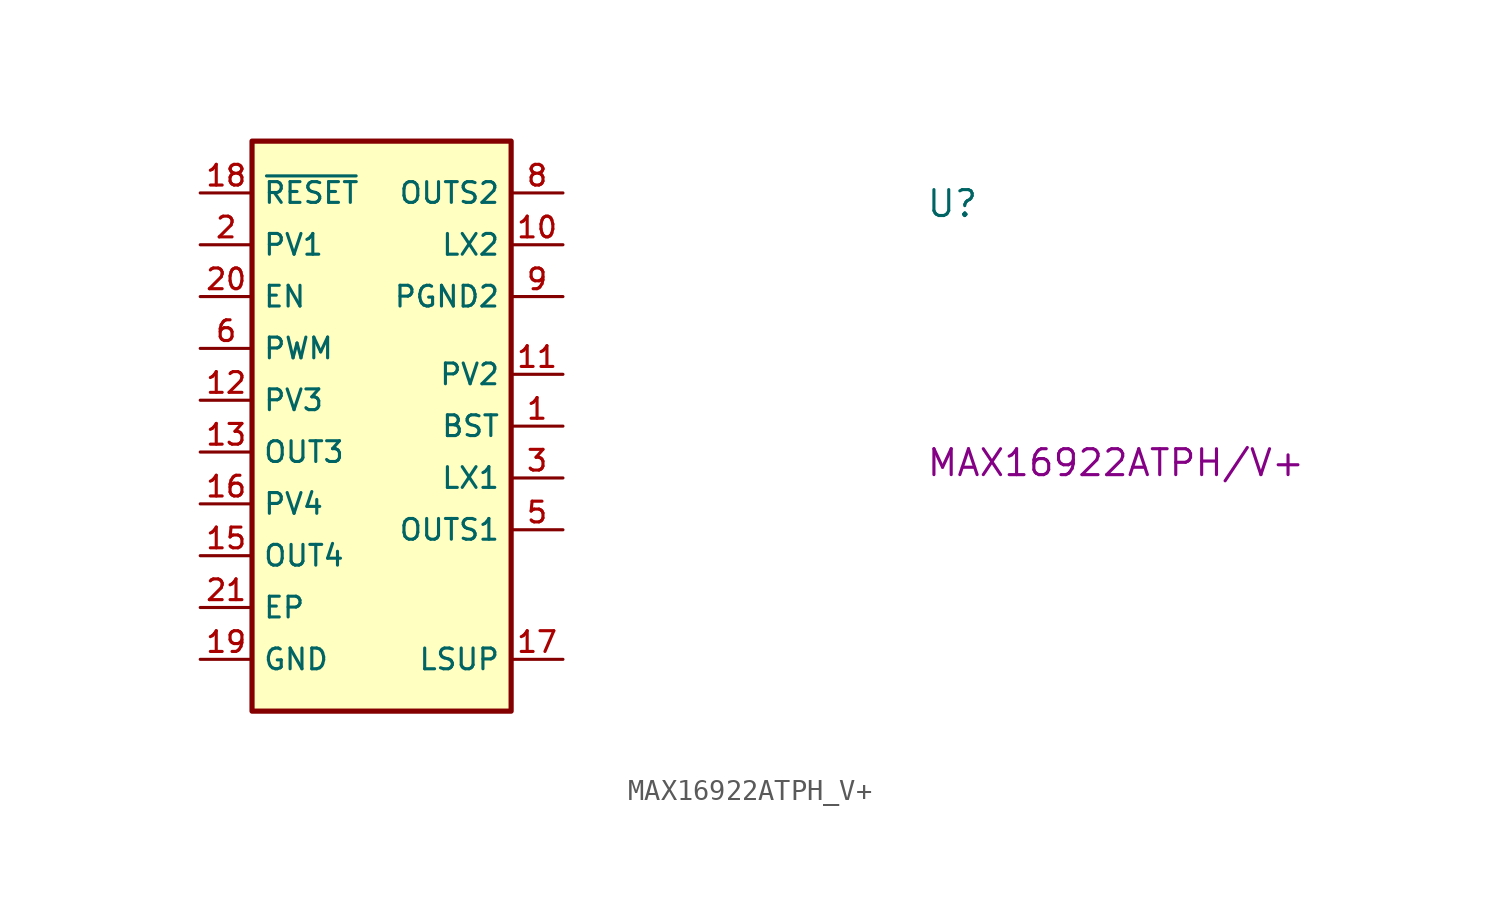
<source format=kicad_sym>
(kicad_symbol_lib
  (version 20220914)
  (generator kicad_symbol_editor)
  (symbol "MAX16922ATPH_V+"
    (property "Reference" "U"
      (at 35.56 -1.27 0)
      (effects (font (size 1.27 1.27)) (justify left bottom)))
    (property "MPN" "MAX16922ATPH/V+"
      (at 35.56 -13.97 0)
      (effects (font (size 1.27 1.27)) (justify left bottom)))
    (symbol "MAX16922ATPH_V+_0_0"
      (pin output line (at 17.78 -2.54 180) (length 2.54) (name "LX2" (effects (font (size 1.016 1.016)))) (number "10" (effects (font (size 1.016 1.016)))))
      (pin power_in line (at 17.78 -8.89 180) (length 2.54) (name "PV2" (effects (font (size 1.016 1.016)))) (number "11" (effects (font (size 1.016 1.016)))))
      (pin power_in line (at 0 -10.16 0) (length 2.54) (name "PV3" (effects (font (size 1.016 1.016)))) (number "12" (effects (font (size 1.016 1.016)))))
      (pin output line (at 0 -12.7 0) (length 2.54) (name "OUT3" (effects (font (size 1.016 1.016)))) (number "13" (effects (font (size 1.016 1.016)))))
      (pin output line (at 0 -17.78 0) (length 2.54) (name "OUT4" (effects (font (size 1.016 1.016)))) (number "15" (effects (font (size 1.016 1.016)))))
      (pin power_in line (at 0 -15.24 0) (length 2.54) (name "PV4" (effects (font (size 1.016 1.016)))) (number "16" (effects (font (size 1.016 1.016)))))
      (pin input line (at 17.78 -22.86 180) (length 2.54) (name "LSUP" (effects (font (size 1.016 1.016)))) (number "17" (effects (font (size 1.016 1.016)))))
      (pin output line (at 0 0 0) (length 2.54) (name "~{RESET}" (effects (font (size 1.016 1.016)))) (number "18" (effects (font (size 1.016 1.016)))))
      (pin power_in line (at 0 -2.54 0) (length 2.54) (name "PV1" (effects (font (size 1.016 1.016)))) (number "2" (effects (font (size 1.016 1.016)))))
      (pin input line (at 0 -5.08 0) (length 2.54) (name "EN" (effects (font (size 1.016 1.016)))) (number "20" (effects (font (size 1.016 1.016)))))
      (pin output line (at 17.78 -13.97 180) (length 2.54) (name "LX1" (effects (font (size 1.016 1.016)))) (number "3" (effects (font (size 1.016 1.016)))))
      (pin input line (at 17.78 -16.51 180) (length 2.54) (name "OUTS1" (effects (font (size 1.016 1.016)))) (number "5" (effects (font (size 1.016 1.016)))))
      (pin input line (at 0 -7.62 0) (length 2.54) (name "PWM" (effects (font (size 1.016 1.016)))) (number "6" (effects (font (size 1.016 1.016)))))
      (pin input line (at 17.78 0 180) (length 2.54) (name "OUTS2" (effects (font (size 1.016 1.016)))) (number "8" (effects (font (size 1.016 1.016)))))
      (pin power_in line (at 17.78 -5.08 180) (length 2.54) (name "PGND2" (effects (font (size 1.016 1.016)))) (number "9" (effects (font (size 1.016 1.016))))))
    (symbol "MAX16922ATPH_V+_1_0"
      (rectangle (start 2.54 2.54) (end 15.24 -25.4) (stroke (width 0.254) (type default)) (fill (type background)))
      (pin passive line (at 17.78 -11.43 180) (length 2.54) (name "BST" (effects (font (size 1.016 1.016)))) (number "1" (effects (font (size 1.016 1.016)))))
      (pin passive line (at 0 -22.86 0) (length 2.54) hide (name "GND" (effects (font (size 1.016 1.016)))) (number "14" (effects (font (size 1.016 1.016)))))
      (pin power_in line (at 0 -22.86 0) (length 2.54) (name "GND" (effects (font (size 1.016 1.016)))) (number "19" (effects (font (size 1.016 1.016)))))
      (pin power_in line (at 0 -20.32 0) (length 2.54) (name "EP" (effects (font (size 1.016 1.016)))) (number "21" (effects (font (size 1.016 1.016)))))
      (pin passive line (at 0 -22.86 0) (length 2.54) hide (name "GND" (effects (font (size 1.016 1.016)))) (number "4" (effects (font (size 1.016 1.016)))))
      (pin passive line (at 0 -22.86 0) (length 2.54) hide (name "GND" (effects (font (size 1.016 1.016)))) (number "7" (effects (font (size 1.016 1.016))))))))
</source>
